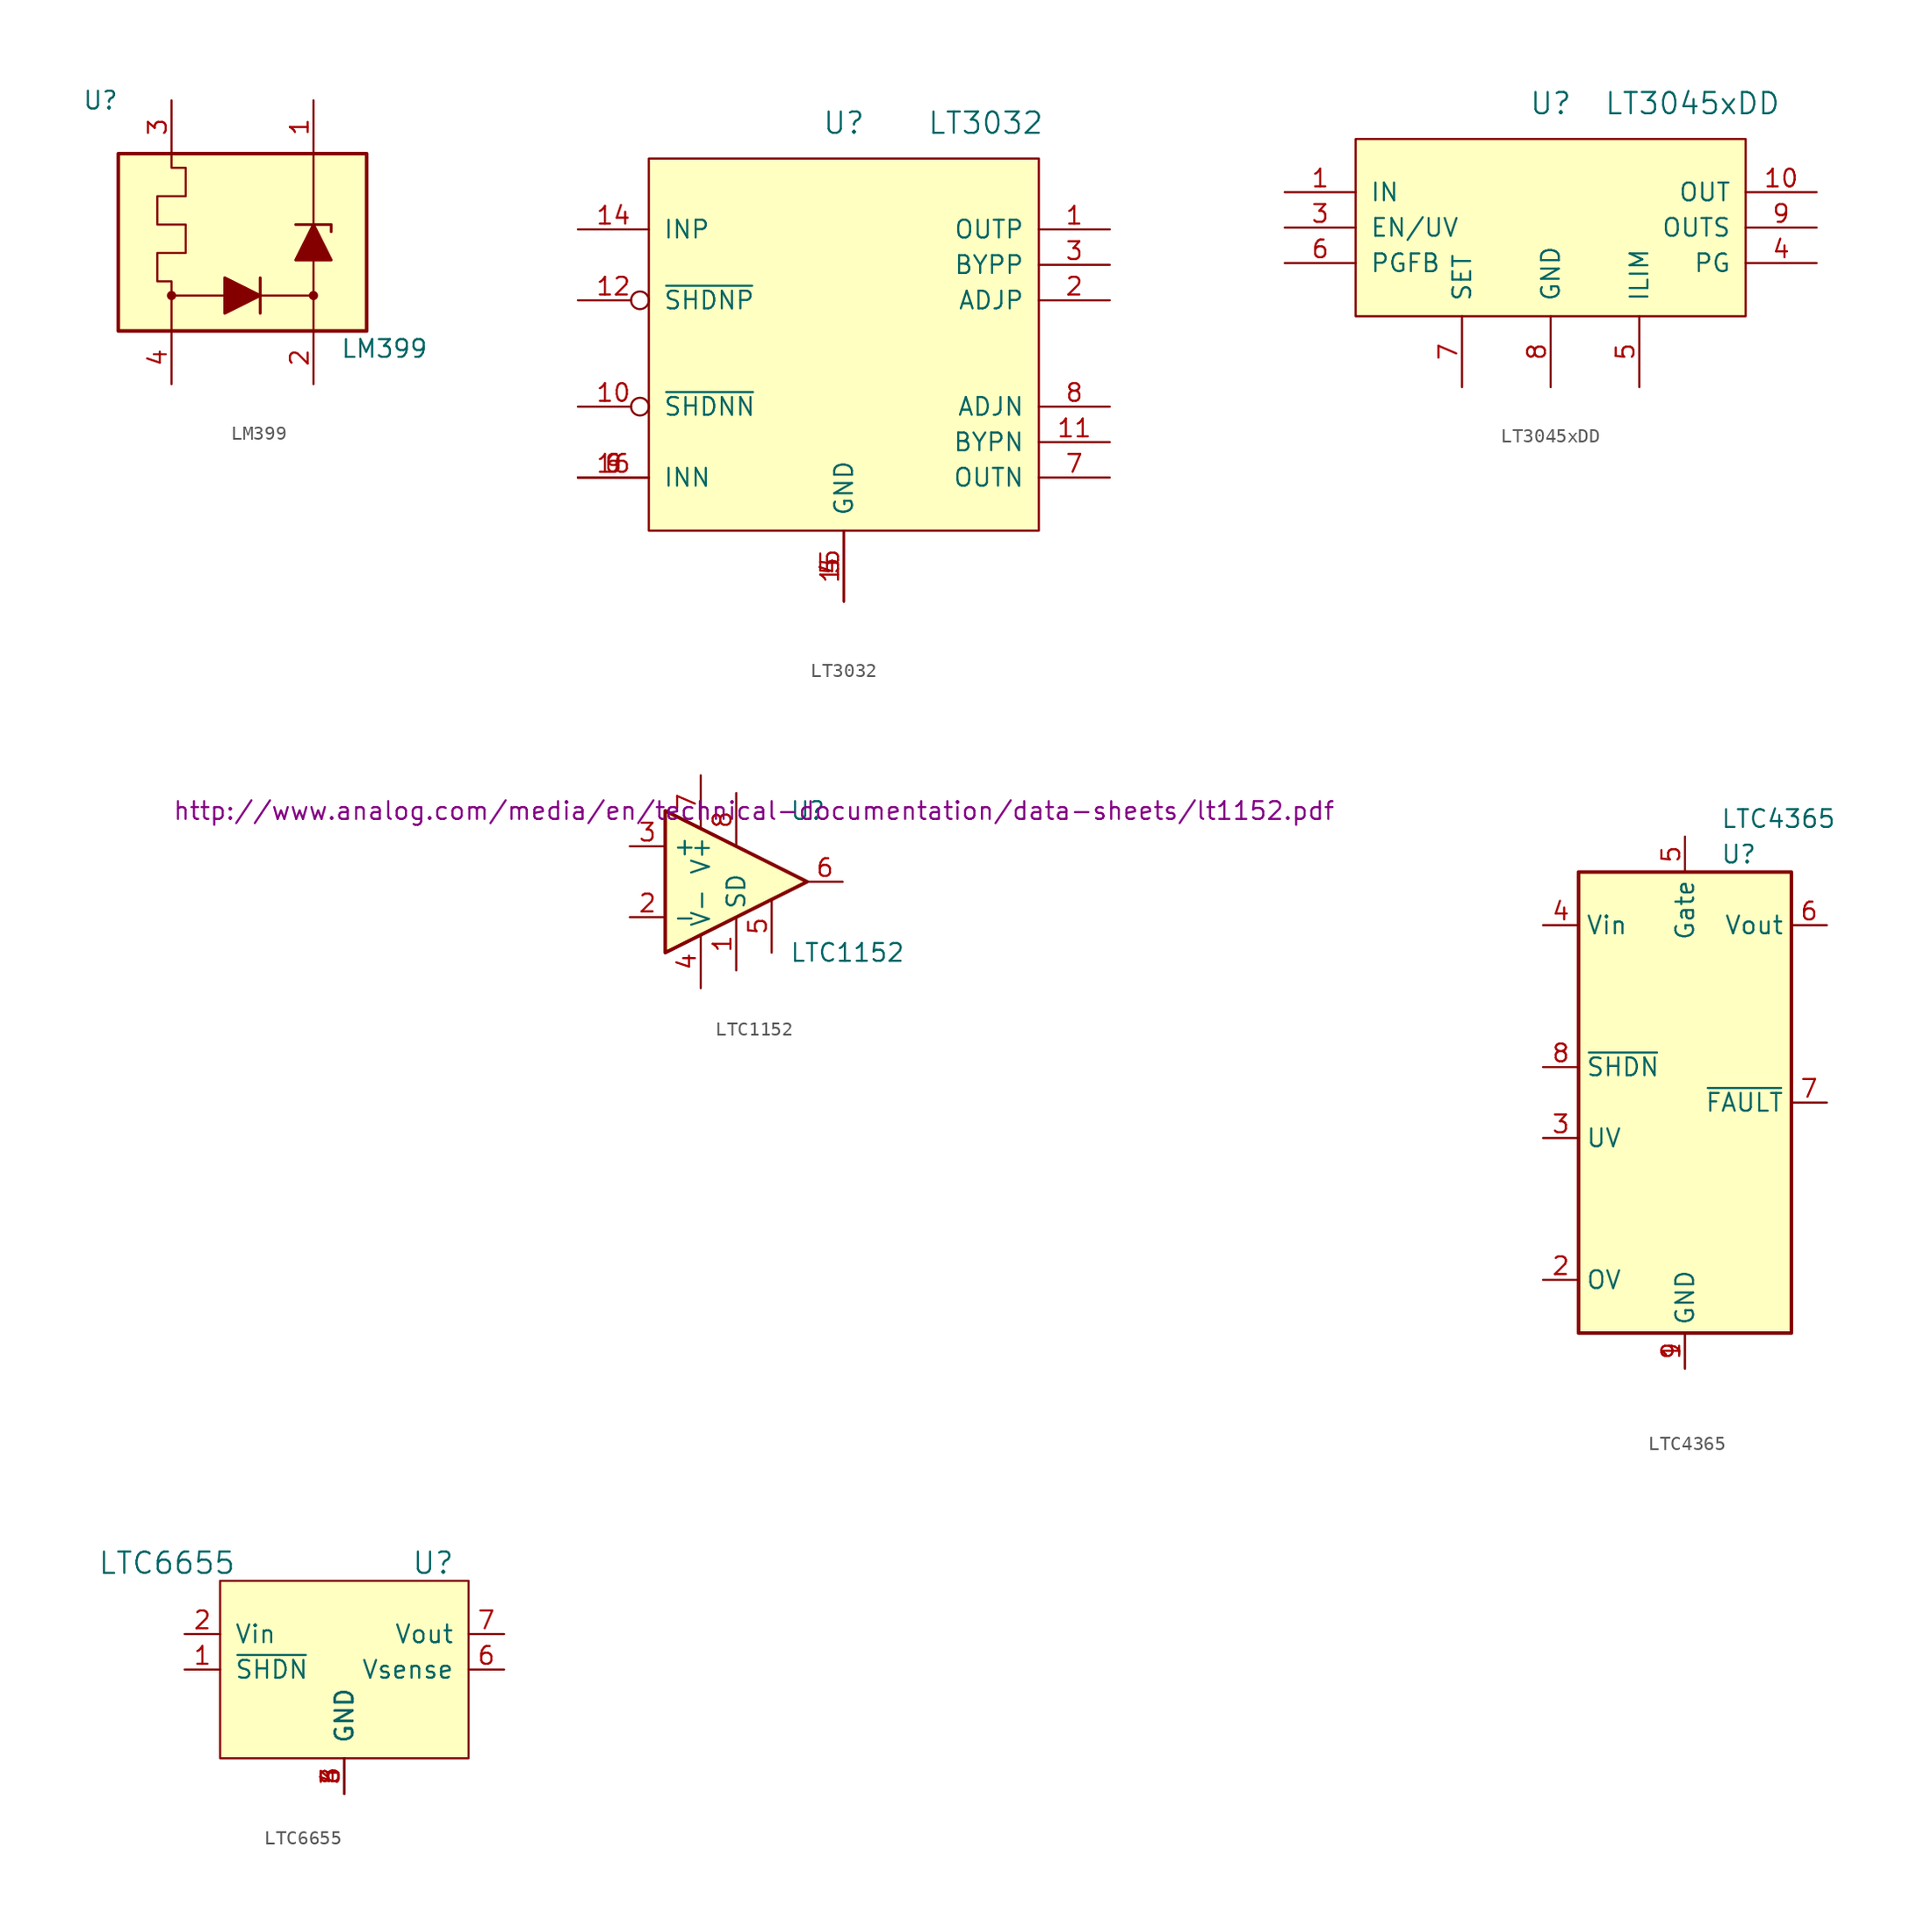
<source format=kicad_sym>
(kicad_symbol_lib
  (version 20220914)
  (generator kicad_symbol_editor)
  (symbol "LM399"
    (pin_names
      (offset 1.016) hide)
    (property "Reference" "U"
      (at -10.16 10.16 0)
      (effects (font (size 1.27 1.27))))
    (property "Value" "LM399"
      (at 10.16 -7.62 0)
      (effects (font (size 1.27 1.27))))
    (symbol "LM399_0_1"
      (rectangle (start -8.89 6.35) (end 8.89 -6.35) (stroke (width 0.254) (type solid)) (fill (type background)))
      (circle (center -5.08 -3.81) (radius 0.254) (stroke (width 0) (type solid)) (fill (type outline)))
      (polyline (pts (xy -5.08 -3.81) (xy -5.08 -6.35)) (stroke (width 0) (type solid)) (fill (type none)))
      (polyline (pts (xy -5.08 -3.81) (xy -1.27 -3.81)) (stroke (width 0) (type solid)) (fill (type none)))
      (polyline (pts (xy 1.27 -3.81) (xy 5.08 -3.81)) (stroke (width 0) (type solid)) (fill (type none)))
      (polyline (pts (xy 5.08 -3.81) (xy 5.08 -6.35)) (stroke (width 0) (type solid)) (fill (type none)))
      (polyline (pts (xy 5.08 -3.81) (xy 5.08 -1.27)) (stroke (width 0) (type solid)) (fill (type none)))
      (polyline (pts (xy 5.08 1.27) (xy 5.08 6.35)) (stroke (width 0) (type solid)) (fill (type none)))
      (polyline (pts (xy -5.08 6.35) (xy -5.08 5.334) (xy -4.064 5.334) (xy -4.064 3.302) (xy -6.096 3.302) (xy -6.096 1.27) (xy -4.064 1.27) (xy -4.064 -0.762) (xy -6.096 -0.762) (xy -6.096 -2.794) (xy -5.08 -2.794) (xy -5.08 -3.81)) (stroke (width 0) (type solid)) (fill (type none)))
      (circle (center 5.08 -3.81) (radius 0.254) (stroke (width 0) (type solid)) (fill (type outline))))
    (symbol "LM399_1_1"
      (polyline (pts (xy 1.27 -2.54) (xy 1.27 -5.08)) (stroke (width 0.203) (type solid)) (fill (type none)))
      (polyline (pts (xy 3.81 1.27) (xy 6.35 1.27) (xy 6.35 0.762)) (stroke (width 0.203) (type solid)) (fill (type none)))
      (polyline (pts (xy -1.27 -2.54) (xy -1.27 -5.08) (xy 1.27 -3.81) (xy -1.27 -2.54)) (stroke (width 0.203) (type solid)) (fill (type outline)))
      (polyline (pts (xy 3.81 -1.27) (xy 6.35 -1.27) (xy 5.08 1.27) (xy 3.81 -1.27)) (stroke (width 0.203) (type solid)) (fill (type outline)))
      (pin passive line (at 5.08 10.16 270) (length 3.81) (name "~" (effects (font (size 1.27 1.27)))) (number "1" (effects (font (size 1.27 1.27)))))
      (pin passive line (at 5.08 -10.16 90) (length 3.81) (name "~" (effects (font (size 1.27 1.27)))) (number "2" (effects (font (size 1.27 1.27)))))
      (pin power_in line (at -5.08 10.16 270) (length 3.81) (name "~" (effects (font (size 1.27 1.27)))) (number "3" (effects (font (size 1.27 1.27)))))
      (pin power_in line (at -5.08 -10.16 90) (length 3.81) (name "~" (effects (font (size 1.27 1.27)))) (number "4" (effects (font (size 1.27 1.27)))))))
  (symbol "LT3032"
    (pin_names
      (offset 1.016))
    (property "Reference" "U"
      (at 0 16.51 0)
      (effects (font (size 1.524 1.524))))
    (property "Value" "LT3032"
      (at 10.16 16.51 0)
      (effects (font (size 1.524 1.524))))
    (symbol "LT3032_0_1"
      (rectangle (start -13.97 13.97) (end 13.97 -12.7) (stroke (width 0) (type solid)) (fill (type background))))
    (symbol "LT3032_1_1"
      (pin power_out line (at 19.05 8.89 180) (length 5.08) (name "OUTP" (effects (font (size 1.27 1.27)))) (number "1" (effects (font (size 1.27 1.27)))))
      (pin input inverted (at -19.05 -3.81 0) (length 5.08) (name "~{SHDNN}" (effects (font (size 1.27 1.27)))) (number "10" (effects (font (size 1.27 1.27)))))
      (pin passive line (at 19.05 -6.35 180) (length 5.08) (name "BYPN" (effects (font (size 1.27 1.27)))) (number "11" (effects (font (size 1.27 1.27)))))
      (pin input inverted (at -19.05 3.81 0) (length 5.08) (name "~{SHDNP}" (effects (font (size 1.27 1.27)))) (number "12" (effects (font (size 1.27 1.27)))))
      (pin power_in line (at -19.05 8.89 0) (length 5.08) (name "INP" (effects (font (size 1.27 1.27)))) (number "14" (effects (font (size 1.27 1.27)))))
      (pin power_in line (at 0 -17.78 90) (length 5.08) (name "~" (effects (font (size 1.27 1.27)))) (number "15" (effects (font (size 1.27 1.27)))))
      (pin power_in line (at -19.05 -8.89 0) (length 5.08) (name "~" (effects (font (size 1.27 1.27)))) (number "16" (effects (font (size 1.27 1.27)))))
      (pin input line (at 19.05 3.81 180) (length 5.08) (name "ADJP" (effects (font (size 1.27 1.27)))) (number "2" (effects (font (size 1.27 1.27)))))
      (pin passive line (at 19.05 6.35 180) (length 5.08) (name "BYPP" (effects (font (size 1.27 1.27)))) (number "3" (effects (font (size 1.27 1.27)))))
      (pin power_in line (at 0 -17.78 90) (length 5.08) (name "GND" (effects (font (size 1.27 1.27)))) (number "4" (effects (font (size 1.27 1.27)))))
      (pin power_in line (at 0 -17.78 90) (length 5.08) (name "~" (effects (font (size 1.27 1.27)))) (number "5" (effects (font (size 1.27 1.27)))))
      (pin power_in line (at -19.05 -8.89 0) (length 5.08) (name "INN" (effects (font (size 1.27 1.27)))) (number "6" (effects (font (size 1.27 1.27)))))
      (pin power_out line (at 19.05 -8.89 180) (length 5.08) (name "OUTN" (effects (font (size 1.27 1.27)))) (number "7" (effects (font (size 1.27 1.27)))))
      (pin input line (at 19.05 -3.81 180) (length 5.08) (name "ADJN" (effects (font (size 1.27 1.27)))) (number "8" (effects (font (size 1.27 1.27)))))
      (pin power_in line (at -19.05 -8.89 0) (length 5.08) (name "~" (effects (font (size 1.27 1.27)))) (number "9" (effects (font (size 1.27 1.27)))))))
  (symbol "LT3045xDD"
    (pin_names
      (offset 1.016))
    (property "Reference" "U"
      (at 0 8.89 0)
      (effects (font (size 1.524 1.524))))
    (property "Value" "LT3045xDD"
      (at 10.16 8.89 0)
      (effects (font (size 1.524 1.524))))
    (symbol "LT3045xDD_0_1"
      (rectangle (start -13.97 6.35) (end 13.97 -6.35) (stroke (width 0) (type solid)) (fill (type background))))
    (symbol "LT3045xDD_1_1"
      (pin power_in line (at -19.05 2.54 0) (length 5.08) (name "IN" (effects (font (size 1.27 1.27)))) (number "1" (effects (font (size 1.27 1.27)))))
      (pin power_out line (at 19.05 2.54 180) (length 5.08) (name "OUT" (effects (font (size 1.27 1.27)))) (number "10" (effects (font (size 1.27 1.27)))))
      (pin passive line (at 0 -11.43 90) (length 5.08) hide (name "GND" (effects (font (size 1.27 1.27)))) (number "11" (effects (font (size 1.27 1.27)))))
      (pin passive line (at -19.05 2.54 0) (length 5.08) hide (name "IN" (effects (font (size 1.27 1.27)))) (number "2" (effects (font (size 1.27 1.27)))))
      (pin input line (at -19.05 0 0) (length 5.08) (name "EN/UV" (effects (font (size 1.27 1.27)))) (number "3" (effects (font (size 1.27 1.27)))))
      (pin open_collector line (at 19.05 -2.54 180) (length 5.08) (name "PG" (effects (font (size 1.27 1.27)))) (number "4" (effects (font (size 1.27 1.27)))))
      (pin input line (at 6.35 -11.43 90) (length 5.08) (name "ILIM" (effects (font (size 1.27 1.27)))) (number "5" (effects (font (size 1.27 1.27)))))
      (pin input line (at -19.05 -2.54 0) (length 5.08) (name "PGFB" (effects (font (size 1.27 1.27)))) (number "6" (effects (font (size 1.27 1.27)))))
      (pin input line (at -6.35 -11.43 90) (length 5.08) (name "SET" (effects (font (size 1.27 1.27)))) (number "7" (effects (font (size 1.27 1.27)))))
      (pin power_in line (at 0 -11.43 90) (length 5.08) (name "GND" (effects (font (size 1.27 1.27)))) (number "8" (effects (font (size 1.27 1.27)))))
      (pin input line (at 19.05 0 180) (length 5.08) (name "OUTS" (effects (font (size 1.27 1.27)))) (number "9" (effects (font (size 1.27 1.27)))))))
  (symbol "LTC1152"
    (property "Reference" "U"
      (at 3.81 5.08 0)
      (effects (font (size 1.27 1.27)) (justify left)))
    (property "Value" "LTC1152"
      (at 3.81 -5.08 0)
      (effects (font (size 1.27 1.27)) (justify left)))
    (property "Footprint" ""
      (at -1.27 2.54 0)
      (effects (font (size 1.27 1.27))))
    (property "Datasheet" "http://www.analog.com/media/en/technical-documentation/data-sheets/lt1152.pdf"
      (at 1.27 5.08 0)
      (effects (font (size 1.27 1.27))))
    (symbol "LTC1152_0_1"
      (polyline (pts (xy -5.08 5.08) (xy 5.08 0) (xy -5.08 -5.08) (xy -5.08 5.08)) (stroke (width 0.254) (type solid)) (fill (type background)))
      (pin input line (at 0 -6.35 90) (length 3.81) (name "SD" (effects (font (size 1.27 1.27)))) (number "1" (effects (font (size 1.27 1.27)))))
      (pin power_in line (at -2.54 -7.62 90) (length 3.81) (name "V-" (effects (font (size 1.27 1.27)))) (number "4" (effects (font (size 1.27 1.27)))))
      (pin power_in line (at -2.54 7.62 270) (length 3.81) (name "V+" (effects (font (size 1.27 1.27)))) (number "7" (effects (font (size 1.27 1.27)))))
      (pin passive line (at 0 6.35 270) (length 3.81) (name "~" (effects (font (size 1.27 1.27)))) (number "8" (effects (font (size 1.27 1.27))))))
    (symbol "LTC1152_1_1"
      (pin input line (at -7.62 -2.54 0) (length 2.54) (name "-" (effects (font (size 1.27 1.27)))) (number "2" (effects (font (size 1.27 1.27)))))
      (pin input line (at -7.62 2.54 0) (length 2.54) (name "+" (effects (font (size 1.27 1.27)))) (number "3" (effects (font (size 1.27 1.27)))))
      (pin passive line (at 2.54 -5.08 90) (length 3.81) (name "~" (effects (font (size 1.27 1.27)))) (number "5" (effects (font (size 1.27 1.27)))))
      (pin output line (at 7.62 0 180) (length 2.54) (name "~" (effects (font (size 1.27 1.27)))) (number "6" (effects (font (size 1.27 1.27)))))))
  (symbol "LTC4365"
    (property "Reference" "U"
      (at 2.54 17.78 0)
      (effects (font (size 1.27 1.27)) (justify left)))
    (property "Value" "LTC4365"
      (at 2.54 20.32 0)
      (effects (font (size 1.27 1.27)) (justify left)))
    (symbol "LTC4365_0_1"
      (rectangle (start -7.62 16.51) (end 7.62 -16.51) (stroke (width 0.254) (type solid)) (fill (type background))))
    (symbol "LTC4365_1_1"
      (pin power_in line (at 0 -19.05 90) (length 2.54) (name "GND" (effects (font (size 1.27 1.27)))) (number "1" (effects (font (size 1.27 1.27)))))
      (pin input line (at -10.16 -12.7 0) (length 2.54) (name "OV" (effects (font (size 1.27 1.27)))) (number "2" (effects (font (size 1.27 1.27)))))
      (pin input line (at -10.16 -2.54 0) (length 2.54) (name "UV" (effects (font (size 1.27 1.27)))) (number "3" (effects (font (size 1.27 1.27)))))
      (pin power_in line (at -10.16 12.7 0) (length 2.54) (name "Vin" (effects (font (size 1.27 1.27)))) (number "4" (effects (font (size 1.27 1.27)))))
      (pin output line (at 0 19.05 270) (length 2.54) (name "Gate" (effects (font (size 1.27 1.27)))) (number "5" (effects (font (size 1.27 1.27)))))
      (pin input line (at 10.16 12.7 180) (length 2.54) (name "Vout" (effects (font (size 1.27 1.27)))) (number "6" (effects (font (size 1.27 1.27)))))
      (pin open_collector line (at 10.16 0 180) (length 2.54) (name "~{FAULT}" (effects (font (size 1.27 1.27)))) (number "7" (effects (font (size 1.27 1.27)))))
      (pin input line (at -10.16 2.54 0) (length 2.54) (name "~{SHDN}" (effects (font (size 1.27 1.27)))) (number "8" (effects (font (size 1.27 1.27)))))
      (pin power_in line (at 0 -19.05 90) (length 2.54) (name "~" (effects (font (size 1.27 1.27)))) (number "9" (effects (font (size 1.27 1.27)))))))
  (symbol "LTC6655"
    (pin_names
      (offset 1.016))
    (property "Reference" "U"
      (at 6.35 5.08 0)
      (effects (font (size 1.524 1.524))))
    (property "Value" "LTC6655"
      (at -12.7 5.08 0)
      (effects (font (size 1.524 1.524))))
    (symbol "LTC6655_0_1"
      (rectangle (start -8.89 3.81) (end 8.89 -8.89) (stroke (width 0) (type solid)) (fill (type background))))
    (symbol "LTC6655_1_1"
      (pin input line (at -11.43 -2.54 0) (length 2.54) (name "~{SHDN}" (effects (font (size 1.27 1.27)))) (number "1" (effects (font (size 1.27 1.27)))))
      (pin power_in line (at -11.43 0 0) (length 2.54) (name "Vin" (effects (font (size 1.27 1.27)))) (number "2" (effects (font (size 1.27 1.27)))))
      (pin power_in line (at 0 -11.43 90) (length 2.54) (name "GND" (effects (font (size 1.27 1.27)))) (number "3" (effects (font (size 1.27 1.27)))))
      (pin power_in line (at 0 -11.43 90) (length 2.54) (name "GND" (effects (font (size 1.27 1.27)))) (number "4" (effects (font (size 1.27 1.27)))))
      (pin power_in line (at 0 -11.43 90) (length 2.54) (name "GND" (effects (font (size 1.27 1.27)))) (number "5" (effects (font (size 1.27 1.27)))))
      (pin input line (at 11.43 -2.54 180) (length 2.54) (name "Vsense" (effects (font (size 1.27 1.27)))) (number "6" (effects (font (size 1.27 1.27)))))
      (pin output line (at 11.43 0 180) (length 2.54) (name "Vout" (effects (font (size 1.27 1.27)))) (number "7" (effects (font (size 1.27 1.27)))))
      (pin power_in line (at 0 -11.43 90) (length 2.54) (name "GND" (effects (font (size 1.27 1.27)))) (number "8" (effects (font (size 1.27 1.27))))))))
</source>
